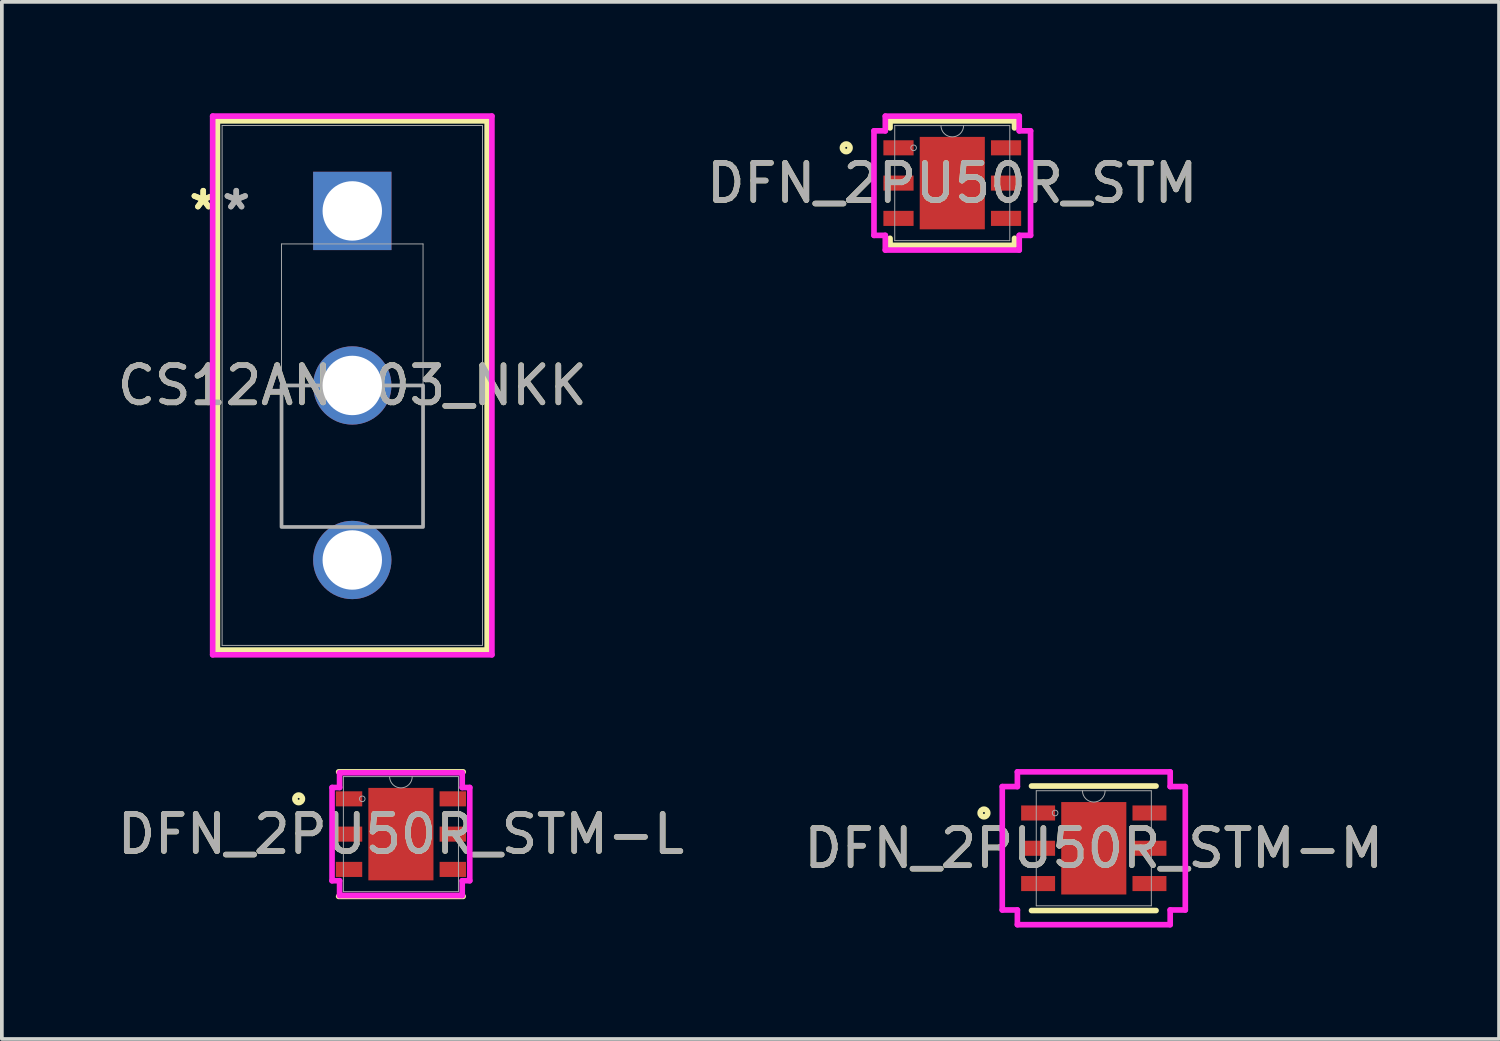
<source format=kicad_pcb>
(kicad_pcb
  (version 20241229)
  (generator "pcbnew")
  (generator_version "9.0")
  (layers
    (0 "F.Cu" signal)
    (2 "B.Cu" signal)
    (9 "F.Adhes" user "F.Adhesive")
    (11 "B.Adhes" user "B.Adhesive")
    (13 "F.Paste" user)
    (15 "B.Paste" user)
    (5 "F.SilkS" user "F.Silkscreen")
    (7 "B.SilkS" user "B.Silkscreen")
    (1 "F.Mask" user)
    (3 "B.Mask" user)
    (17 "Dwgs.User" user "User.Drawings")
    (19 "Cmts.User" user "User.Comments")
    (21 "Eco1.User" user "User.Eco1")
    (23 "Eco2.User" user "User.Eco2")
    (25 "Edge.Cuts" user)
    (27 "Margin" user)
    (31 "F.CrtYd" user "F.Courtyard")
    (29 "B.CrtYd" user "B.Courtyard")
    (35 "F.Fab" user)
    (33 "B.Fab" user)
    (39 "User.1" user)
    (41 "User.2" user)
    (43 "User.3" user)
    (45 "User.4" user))
  (footprint "DFN_2PU50R_STM"
    (layer "F.Cu")
    (at 22.589 1.88)
    (property "Reference" "DFN_2PU50R_STM" (at 0 0 0) (unlocked yes) (layer "F.SilkS") (effects (font (size 1 1) (thickness 0.15))))
    (attr smd)
    (fp_line (start -1.676 -1.676) (end -1.676 -1.486) (stroke (width 0.152) (type solid)) (layer "F.SilkS"))
    (fp_line (start -1.676 1.486) (end -1.676 1.676) (stroke (width 0.152) (type solid)) (layer "F.SilkS"))
    (fp_line (start -1.676 1.676) (end 1.676 1.676) (stroke (width 0.152) (type solid)) (layer "F.SilkS"))
    (fp_line (start 1.676 -1.676) (end -1.676 -1.676) (stroke (width 0.152) (type solid)) (layer "F.SilkS"))
    (fp_line (start 1.676 -1.486) (end 1.676 -1.676) (stroke (width 0.152) (type solid)) (layer "F.SilkS"))
    (fp_line (start 1.676 1.676) (end 1.676 1.486) (stroke (width 0.152) (type solid)) (layer "F.SilkS"))
    (fp_circle (center -2.855 -0.95) (end -2.753 -0.95) (stroke (width 0.152) (type solid)) (fill no) (layer "F.SilkS"))
    (fp_line (start -2.108 -1.407) (end -1.803 -1.407) (stroke (width 0.152) (type solid)) (layer "F.CrtYd"))
    (fp_line (start -2.108 1.407) (end -2.108 -1.407) (stroke (width 0.152) (type solid)) (layer "F.CrtYd"))
    (fp_line (start -2.108 1.407) (end -1.803 1.407) (stroke (width 0.152) (type solid)) (layer "F.CrtYd"))
    (fp_line (start -1.803 -1.803) (end 1.803 -1.803) (stroke (width 0.152) (type solid)) (layer "F.CrtYd"))
    (fp_line (start -1.803 -1.407) (end -1.803 -1.803) (stroke (width 0.152) (type solid)) (layer "F.CrtYd"))
    (fp_line (start -1.803 1.803) (end -1.803 1.407) (stroke (width 0.152) (type solid)) (layer "F.CrtYd"))
    (fp_line (start 1.803 -1.803) (end 1.803 -1.407) (stroke (width 0.152) (type solid)) (layer "F.CrtYd"))
    (fp_line (start 1.803 1.407) (end 1.803 1.803) (stroke (width 0.152) (type solid)) (layer "F.CrtYd"))
    (fp_line (start 1.803 1.803) (end -1.803 1.803) (stroke (width 0.152) (type solid)) (layer "F.CrtYd"))
    (fp_line (start 2.108 -1.407) (end 1.803 -1.407) (stroke (width 0.152) (type solid)) (layer "F.CrtYd"))
    (fp_line (start 2.108 -1.407) (end 2.108 1.407) (stroke (width 0.152) (type solid)) (layer "F.CrtYd"))
    (fp_line (start 2.108 1.407) (end 1.803 1.407) (stroke (width 0.152) (type solid)) (layer "F.CrtYd"))
    (fp_line (start -1.549 -1.549) (end -1.549 1.549) (stroke (width 0.025) (type solid)) (layer "F.Fab"))
    (fp_line (start -1.549 1.549) (end 1.549 1.549) (stroke (width 0.025) (type solid)) (layer "F.Fab"))
    (fp_line (start 1.549 -1.549) (end -1.549 -1.549) (stroke (width 0.025) (type solid)) (layer "F.Fab"))
    (fp_line (start 1.549 1.549) (end 1.549 -1.549) (stroke (width 0.025) (type solid)) (layer "F.Fab"))
    (fp_arc (start 0.3048 -1.5494) (mid 0 -1.2446) (end -0.3048 -1.5494) (stroke (width 0.0254) (type solid)) (layer "F.Fab"))
    (fp_circle (center -1.041 -0.95) (end -0.965 -0.95) (stroke (width 0.025) (type solid)) (fill no) (layer "F.Fab"))
    (fp_text user "${REFERENCE}" (at 0 0 0) (unlocked yes) (layer "F.Fab") (effects (font (size 1 1) (thickness 0.15))))
    (pad "1" smd rect (at -1.448 -0.95) (size 0.813 0.406) (layers "F.Cu" "F.Mask" "F.Paste"))
    (pad "2" smd rect (at -1.448 0) (size 0.813 0.406) (layers "F.Cu" "F.Mask" "F.Paste"))
    (pad "3" smd rect (at -1.448 0.95) (size 0.813 0.406) (layers "F.Cu" "F.Mask" "F.Paste"))
    (pad "4" smd rect (at 1.448 0.95) (size 0.813 0.406) (layers "F.Cu" "F.Mask" "F.Paste"))
    (pad "5" smd rect (at 1.448 0) (size 0.813 0.406) (layers "F.Cu" "F.Mask" "F.Paste"))
    (pad "6" smd rect (at 1.448 -0.95) (size 0.813 0.406) (layers "F.Cu" "F.Mask" "F.Paste"))
    (pad "7" smd rect (at 0 0) (size 1.753 2.489) (layers "F.Cu" "F.Mask" "F.Paste")))
  (footprint "DFN_2PU50R_STM-L"
    (layer "F.Cu")
    (at 7.744 19.408)
    (property "Reference" "DFN_2PU50R_STM-L" (at 0 0 0) (unlocked yes) (layer "F.SilkS") (effects (font (size 1 1) (thickness 0.15))))
    (attr smd)
    (fp_line (start -1.676 1.676) (end 1.676 1.676) (stroke (width 0.152) (type solid)) (layer "F.SilkS"))
    (fp_line (start 1.676 -1.676) (end -1.676 -1.676) (stroke (width 0.152) (type solid)) (layer "F.SilkS"))
    (fp_circle (center -2.753 -0.95) (end -2.652 -0.95) (stroke (width 0.152) (type solid)) (fill no) (layer "F.SilkS"))
    (fp_line (start -1.854 -1.255) (end -1.651 -1.255) (stroke (width 0.152) (type solid)) (layer "F.CrtYd"))
    (fp_line (start -1.854 1.255) (end -1.854 -1.255) (stroke (width 0.152) (type solid)) (layer "F.CrtYd"))
    (fp_line (start -1.854 1.255) (end -1.651 1.255) (stroke (width 0.152) (type solid)) (layer "F.CrtYd"))
    (fp_line (start -1.651 -1.651) (end 1.651 -1.651) (stroke (width 0.152) (type solid)) (layer "F.CrtYd"))
    (fp_line (start -1.651 -1.255) (end -1.651 -1.651) (stroke (width 0.152) (type solid)) (layer "F.CrtYd"))
    (fp_line (start -1.651 1.651) (end -1.651 1.255) (stroke (width 0.152) (type solid)) (layer "F.CrtYd"))
    (fp_line (start 1.651 -1.651) (end 1.651 -1.255) (stroke (width 0.152) (type solid)) (layer "F.CrtYd"))
    (fp_line (start 1.651 1.255) (end 1.651 1.651) (stroke (width 0.152) (type solid)) (layer "F.CrtYd"))
    (fp_line (start 1.651 1.651) (end -1.651 1.651) (stroke (width 0.152) (type solid)) (layer "F.CrtYd"))
    (fp_line (start 1.854 -1.255) (end 1.651 -1.255) (stroke (width 0.152) (type solid)) (layer "F.CrtYd"))
    (fp_line (start 1.854 -1.255) (end 1.854 1.255) (stroke (width 0.152) (type solid)) (layer "F.CrtYd"))
    (fp_line (start 1.854 1.255) (end 1.651 1.255) (stroke (width 0.152) (type solid)) (layer "F.CrtYd"))
    (fp_line (start -1.549 -1.549) (end -1.549 1.549) (stroke (width 0.025) (type solid)) (layer "F.Fab"))
    (fp_line (start -1.549 1.549) (end 1.549 1.549) (stroke (width 0.025) (type solid)) (layer "F.Fab"))
    (fp_line (start 1.549 -1.549) (end -1.549 -1.549) (stroke (width 0.025) (type solid)) (layer "F.Fab"))
    (fp_line (start 1.549 1.549) (end 1.549 -1.549) (stroke (width 0.025) (type solid)) (layer "F.Fab"))
    (fp_arc (start 0.3048 -1.5494) (mid 0 -1.2446) (end -0.3048 -1.5494) (stroke (width 0.0254) (type solid)) (layer "F.Fab"))
    (fp_circle (center -1.041 -0.95) (end -0.965 -0.95) (stroke (width 0.025) (type solid)) (fill no) (layer "F.Fab"))
    (fp_text user "${REFERENCE}" (at 0 0 0) (unlocked yes) (layer "F.Fab") (effects (font (size 1 1) (thickness 0.15))))
    (pad "1" smd rect (at -1.397 -0.95) (size 0.711 0.406) (layers "F.Cu" "F.Mask" "F.Paste"))
    (pad "2" smd rect (at -1.397 0) (size 0.711 0.406) (layers "F.Cu" "F.Mask" "F.Paste"))
    (pad "3" smd rect (at -1.397 0.95) (size 0.711 0.406) (layers "F.Cu" "F.Mask" "F.Paste"))
    (pad "4" smd rect (at 1.397 0.95) (size 0.711 0.406) (layers "F.Cu" "F.Mask" "F.Paste"))
    (pad "5" smd rect (at 1.397 0) (size 0.711 0.406) (layers "F.Cu" "F.Mask" "F.Paste"))
    (pad "6" smd rect (at 1.397 -0.95) (size 0.711 0.406) (layers "F.Cu" "F.Mask" "F.Paste"))
    (pad "7" smd rect (at 0 0) (size 1.753 2.489) (layers "F.Cu" "F.Mask" "F.Paste")))
  (footprint "DFN_2PU50R_STM-M"
    (layer "F.Cu")
    (at 26.399 19.789)
    (property "Reference" "DFN_2PU50R_STM-M" (at 0 0 0) (unlocked yes) (layer "F.SilkS") (effects (font (size 1 1) (thickness 0.15))))
    (attr smd)
    (fp_line (start -1.676 1.676) (end 1.676 1.676) (stroke (width 0.152) (type solid)) (layer "F.SilkS"))
    (fp_line (start 1.676 -1.676) (end -1.676 -1.676) (stroke (width 0.152) (type solid)) (layer "F.SilkS"))
    (fp_circle (center -2.957 -0.95) (end -2.855 -0.95) (stroke (width 0.152) (type solid)) (fill no) (layer "F.SilkS"))
    (fp_line (start -2.464 -1.661) (end -2.057 -1.661) (stroke (width 0.152) (type solid)) (layer "F.CrtYd"))
    (fp_line (start -2.464 1.661) (end -2.464 -1.661) (stroke (width 0.152) (type solid)) (layer "F.CrtYd"))
    (fp_line (start -2.464 1.661) (end -2.057 1.661) (stroke (width 0.152) (type solid)) (layer "F.CrtYd"))
    (fp_line (start -2.057 -2.057) (end 2.057 -2.057) (stroke (width 0.152) (type solid)) (layer "F.CrtYd"))
    (fp_line (start -2.057 -1.661) (end -2.057 -2.057) (stroke (width 0.152) (type solid)) (layer "F.CrtYd"))
    (fp_line (start -2.057 2.057) (end -2.057 1.661) (stroke (width 0.152) (type solid)) (layer "F.CrtYd"))
    (fp_line (start 2.057 -2.057) (end 2.057 -1.661) (stroke (width 0.152) (type solid)) (layer "F.CrtYd"))
    (fp_line (start 2.057 1.661) (end 2.057 2.057) (stroke (width 0.152) (type solid)) (layer "F.CrtYd"))
    (fp_line (start 2.057 2.057) (end -2.057 2.057) (stroke (width 0.152) (type solid)) (layer "F.CrtYd"))
    (fp_line (start 2.464 -1.661) (end 2.057 -1.661) (stroke (width 0.152) (type solid)) (layer "F.CrtYd"))
    (fp_line (start 2.464 -1.661) (end 2.464 1.661) (stroke (width 0.152) (type solid)) (layer "F.CrtYd"))
    (fp_line (start 2.464 1.661) (end 2.057 1.661) (stroke (width 0.152) (type solid)) (layer "F.CrtYd"))
    (fp_line (start -1.549 -1.549) (end -1.549 1.549) (stroke (width 0.025) (type solid)) (layer "F.Fab"))
    (fp_line (start -1.549 1.549) (end 1.549 1.549) (stroke (width 0.025) (type solid)) (layer "F.Fab"))
    (fp_line (start 1.549 -1.549) (end -1.549 -1.549) (stroke (width 0.025) (type solid)) (layer "F.Fab"))
    (fp_line (start 1.549 1.549) (end 1.549 -1.549) (stroke (width 0.025) (type solid)) (layer "F.Fab"))
    (fp_arc (start 0.3048 -1.5494) (mid 0 -1.2446) (end -0.3048 -1.5494) (stroke (width 0.0254) (type solid)) (layer "F.Fab"))
    (fp_circle (center -1.041 -0.95) (end -0.965 -0.95) (stroke (width 0.025) (type solid)) (fill no) (layer "F.Fab"))
    (fp_text user "${REFERENCE}" (at 0 0 0) (unlocked yes) (layer "F.Fab") (effects (font (size 1 1) (thickness 0.15))))
    (pad "1" smd rect (at -1.499 -0.95) (size 0.914 0.406) (layers "F.Cu" "F.Mask" "F.Paste"))
    (pad "2" smd rect (at -1.499 0) (size 0.914 0.406) (layers "F.Cu" "F.Mask" "F.Paste"))
    (pad "3" smd rect (at -1.499 0.95) (size 0.914 0.406) (layers "F.Cu" "F.Mask" "F.Paste"))
    (pad "4" smd rect (at 1.499 0.95) (size 0.914 0.406) (layers "F.Cu" "F.Mask" "F.Paste"))
    (pad "5" smd rect (at 1.499 0) (size 0.914 0.406) (layers "F.Cu" "F.Mask" "F.Paste"))
    (pad "6" smd rect (at 1.499 -0.95) (size 0.914 0.406) (layers "F.Cu" "F.Mask" "F.Paste"))
    (pad "7" smd rect (at 0 0) (size 1.753 2.489) (layers "F.Cu" "F.Mask" "F.Paste")))
  (footprint "CS12ANW03_NKK"
    (layer "F.Cu")
    (at 6.435 2.629)
    (property "Reference" "CS12ANW03_NKK" (at 0 4.699 0) (unlocked yes) (layer "F.SilkS") (effects (font (size 1 1) (thickness 0.15))))
    (attr through_hole)
    (fp_line (start -3.632 -2.426) (end -3.632 11.824) (stroke (width 0.152) (type solid)) (layer "F.SilkS"))
    (fp_line (start -3.632 11.824) (end 3.632 11.824) (stroke (width 0.152) (type solid)) (layer "F.SilkS"))
    (fp_line (start 3.632 -2.426) (end -3.632 -2.426) (stroke (width 0.152) (type solid)) (layer "F.SilkS"))
    (fp_line (start 3.632 11.824) (end 3.632 -2.426) (stroke (width 0.152) (type solid)) (layer "F.SilkS"))
    (fp_line (start -3.759 -2.553) (end -3.759 11.951) (stroke (width 0.152) (type solid)) (layer "F.CrtYd"))
    (fp_line (start -3.759 11.951) (end 3.759 11.951) (stroke (width 0.152) (type solid)) (layer "F.CrtYd"))
    (fp_line (start 3.759 -2.553) (end -3.759 -2.553) (stroke (width 0.152) (type solid)) (layer "F.CrtYd"))
    (fp_line (start 3.759 11.951) (end 3.759 -2.553) (stroke (width 0.152) (type solid)) (layer "F.CrtYd"))
    (fp_line (start -3.505 -2.299) (end -3.505 11.697) (stroke (width 0.025) (type solid)) (layer "F.Fab"))
    (fp_line (start -3.505 11.697) (end 3.505 11.697) (stroke (width 0.025) (type solid)) (layer "F.Fab"))
    (fp_line (start -1.905 0.889) (end 1.905 0.889) (stroke (width 0.025) (type solid)) (layer "F.Fab"))
    (fp_line (start -1.905 8.509) (end -1.905 0.889) (stroke (width 0.025) (type solid)) (layer "F.Fab"))
    (fp_line (start 1.905 0.889) (end 1.905 8.509) (stroke (width 0.025) (type solid)) (layer "F.Fab"))
    (fp_line (start 1.905 8.509) (end -1.905 8.509) (stroke (width 0.025) (type solid)) (layer "F.Fab"))
    (fp_line (start 3.505 -2.299) (end -3.505 -2.299) (stroke (width 0.025) (type solid)) (layer "F.Fab"))
    (fp_line (start 3.505 11.697) (end 3.505 -2.299) (stroke (width 0.025) (type solid)) (layer "F.Fab"))
    (fp_poly (pts (xy -1.905 8.509) (xy -1.905 4.699) (xy 1.905 4.699) (xy 1.905 8.509)) (stroke (width 0.1) (type solid)) (fill no) (layer "F.Fab"))
    (fp_text user "*" (at -4.013 0 0) (unlocked yes) (layer "F.SilkS") (effects (font (size 1 1) (thickness 0.15))))
    (fp_text user "*" (at -4.013 0 0) (layer "F.SilkS") (effects (font (size 1 1) (thickness 0.15))))
    (fp_text user "*" (at -3.124 0 0) (layer "F.Fab") (effects (font (size 1 1) (thickness 0.15))))
    (fp_text user "*" (at -3.124 0 0) (unlocked yes) (layer "F.Fab") (effects (font (size 1 1) (thickness 0.15))))
    (fp_text user "${REFERENCE}" (at 0 4.699 0) (unlocked yes) (layer "F.Fab") (effects (font (size 1 1) (thickness 0.15))))
    (pad "1" thru_hole rect (at 0 0) (size 2.108 2.108) (drill 1.6) (layers "*.Cu" "*.Mask"))
    (pad "2" thru_hole circle (at 0 4.699) (size 2.108 2.108) (drill 1.6) (layers "*.Cu" "*.Mask"))
    (pad "3" thru_hole circle (at 0 9.398) (size 2.108 2.108) (drill 1.6) (layers "*.Cu" "*.Mask")))
  (gr_rect
    (start -3 -3)
    (end 37.31 24.923)
    (stroke (width 0.1) (type default))
    (fill no)
    (layer "Edge.Cuts")))
</source>
